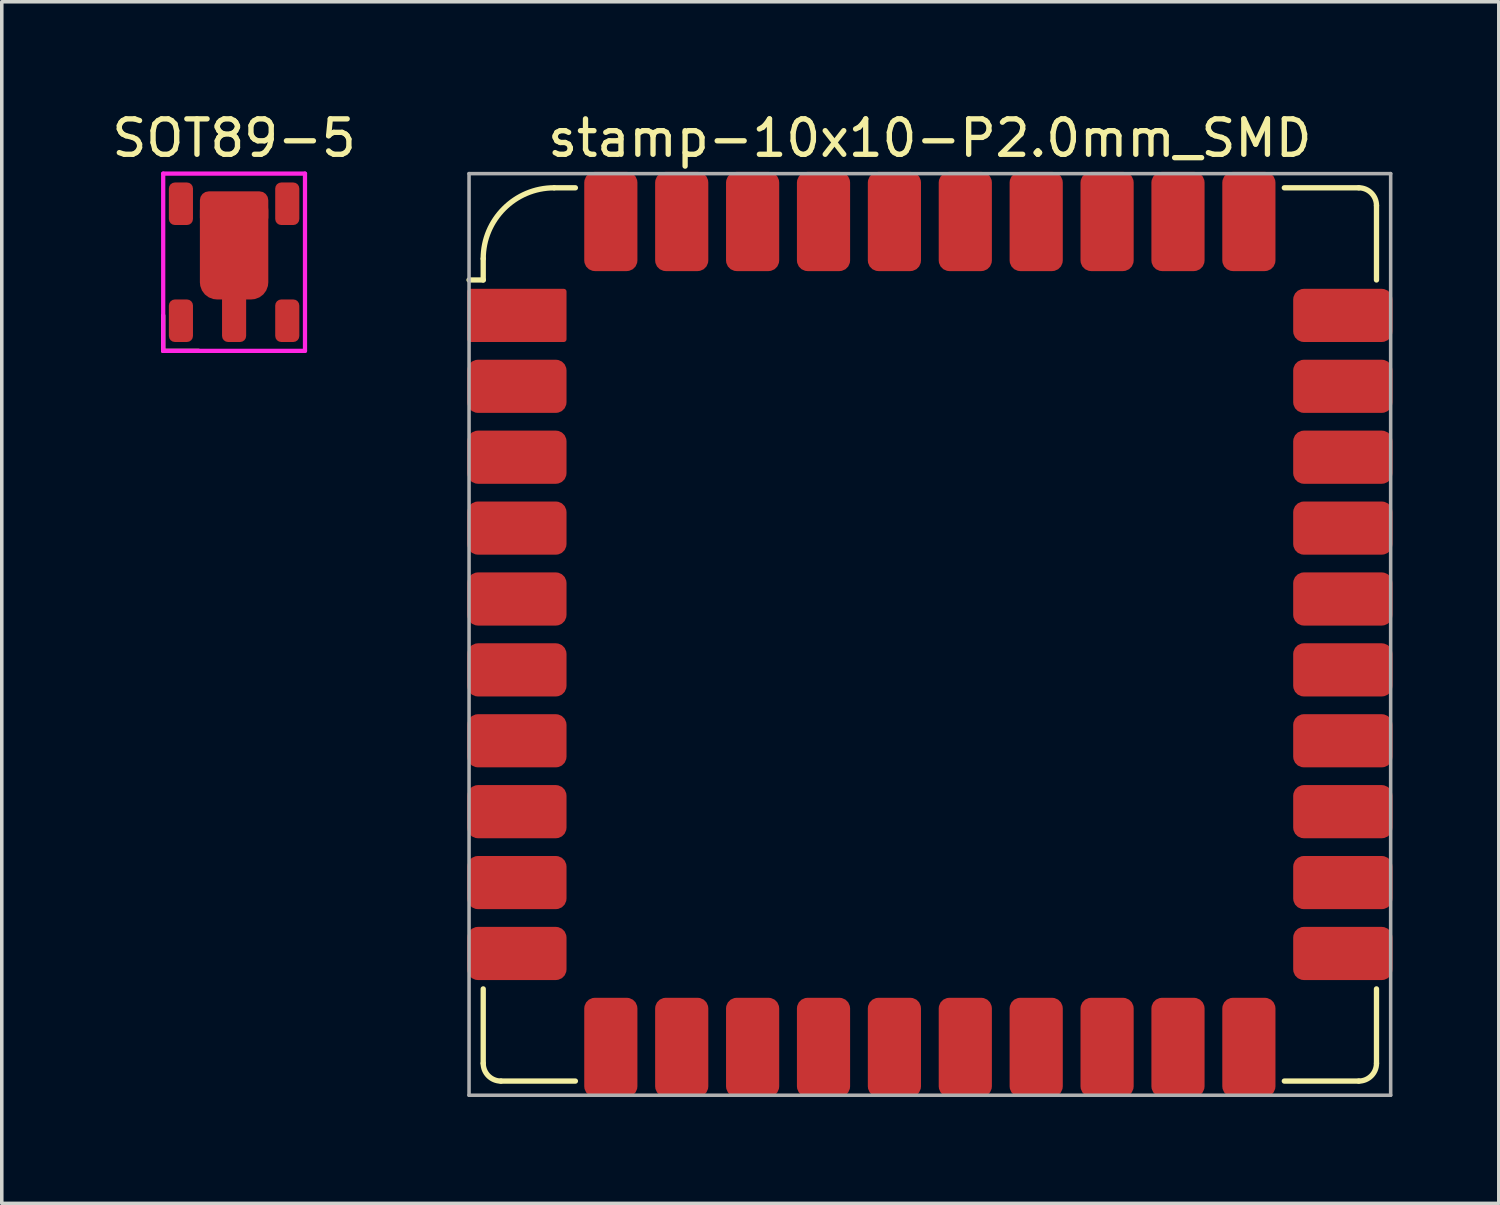
<source format=kicad_pcb>
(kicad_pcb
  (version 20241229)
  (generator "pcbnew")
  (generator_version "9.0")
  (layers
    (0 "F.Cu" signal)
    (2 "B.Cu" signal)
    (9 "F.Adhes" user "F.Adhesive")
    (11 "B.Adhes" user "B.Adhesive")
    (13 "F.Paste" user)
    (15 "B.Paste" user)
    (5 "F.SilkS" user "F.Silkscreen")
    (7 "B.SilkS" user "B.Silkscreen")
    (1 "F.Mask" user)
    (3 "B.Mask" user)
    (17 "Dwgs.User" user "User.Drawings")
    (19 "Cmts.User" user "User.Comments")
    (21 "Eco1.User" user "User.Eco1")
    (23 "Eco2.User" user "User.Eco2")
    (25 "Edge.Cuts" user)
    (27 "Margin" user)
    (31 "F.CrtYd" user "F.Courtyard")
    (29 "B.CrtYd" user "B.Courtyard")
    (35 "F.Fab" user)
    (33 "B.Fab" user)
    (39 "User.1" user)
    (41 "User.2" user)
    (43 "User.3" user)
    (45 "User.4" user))
  (footprint "SOT89-5"
    (layer "F.Cu")
    (at 3.554 4.348)
    (property "Reference" "SOT89-5" (at 0 -3.5 0) (layer "F.SilkS") (effects (font (size 1 1) (thickness 0.15))))
    (attr through_hole)
    (fp_line (start -2 2.5) (end -2 1.5) (stroke (width 0.12) (type solid)) (layer "F.SilkS"))
    (fp_line (start -1 2.5) (end -2 2.5) (stroke (width 0.12) (type solid)) (layer "F.SilkS"))
    (fp_line (start -2 -2.5) (end 2 -2.5) (stroke (width 0.12) (type solid)) (layer "F.CrtYd"))
    (fp_line (start -2 2.5) (end -2 -2.5) (stroke (width 0.12) (type solid)) (layer "F.CrtYd"))
    (fp_line (start 2 -2.5) (end 2 2.5) (stroke (width 0.12) (type solid)) (layer "F.CrtYd"))
    (fp_line (start 2 2.5) (end -2 2.5) (stroke (width 0.12) (type solid)) (layer "F.CrtYd"))
    (pad "1" smd roundrect (at -1.5 1.65) (size 0.68 1.2) (layers "F.Cu" "F.Mask" "F.Paste") (roundrect_rratio 0.25))
    (pad "2" smd roundrect (at 0 -1.5) (size 1.93 1) (layers "F.Cu" "F.Mask" "F.Paste") (roundrect_rratio 0.25))
    (pad "2" smd roundrect (at 0 -0.45) (size 1.93 3) (layers "F.Cu" "F.Mask" "F.Paste") (roundrect_rratio 0.25))
    (pad "2" smd roundrect (at 0 1.45) (size 0.68 1.6) (layers "F.Cu" "F.Mask" "F.Paste") (roundrect_rratio 0.25))
    (pad "3" smd roundrect (at 1.5 1.65) (size 0.68 1.2) (layers "F.Cu" "F.Mask" "F.Paste") (roundrect_rratio 0.25))
    (pad "4" smd roundrect (at 1.5 -1.65) (size 0.68 1.2) (layers "F.Cu" "F.Mask" "F.Paste") (roundrect_rratio 0.25))
    (pad "5" smd roundrect (at -1.5 -1.65) (size 0.68 1.2) (layers "F.Cu" "F.Mask" "F.Paste") (roundrect_rratio 0.25)))
  (footprint "stamp-10x10-P2.0mm_SMD"
    (layer "F.Cu")
    (at 23.182 14.848)
    (property "Reference" "stamp-10x10-P2.0mm_SMD" (at 0 -14 0) (unlocked yes) (layer "F.SilkS") (effects (font (size 1 1) (thickness 0.15))))
    (attr through_hole)
    (fp_line (start -13 -10) (end -12.6 -10) (stroke (width 0.15) (type solid)) (layer "F.SilkS"))
    (fp_line (start -12.6 -10) (end -12.6 -10.6) (stroke (width 0.15) (type solid)) (layer "F.SilkS"))
    (fp_line (start -12.6 12.1) (end -12.6 10) (stroke (width 0.15) (type solid)) (layer "F.SilkS"))
    (fp_line (start -10.6 -12.6) (end -10 -12.6) (stroke (width 0.15) (type solid)) (layer "F.SilkS"))
    (fp_line (start -10 12.6) (end -12.1 12.6) (stroke (width 0.15) (type solid)) (layer "F.SilkS"))
    (fp_line (start 10 -12.6) (end 12.1 -12.6) (stroke (width 0.15) (type solid)) (layer "F.SilkS"))
    (fp_line (start 12.1 12.6) (end 10 12.6) (stroke (width 0.15) (type solid)) (layer "F.SilkS"))
    (fp_line (start 12.6 -12.1) (end 12.6 -10) (stroke (width 0.15) (type solid)) (layer "F.SilkS"))
    (fp_line (start 12.6 10) (end 12.6 12.1) (stroke (width 0.15) (type solid)) (layer "F.SilkS"))
    (fp_arc (start -12.6 -10.6) (mid -12.014214 -12.014214) (end -10.6 -12.6) (stroke (width 0.15) (type solid)) (layer "F.SilkS"))
    (fp_arc (start -12.1 12.6) (mid -12.453553 12.453553) (end -12.6 12.1) (stroke (width 0.15) (type solid)) (layer "F.SilkS"))
    (fp_arc (start 12.1 -12.6) (mid 12.453553 -12.453553) (end 12.6 -12.1) (stroke (width 0.15) (type solid)) (layer "F.SilkS"))
    (fp_arc (start 12.6 12.1) (mid 12.453553 12.453553) (end 12.1 12.6) (stroke (width 0.15) (type solid)) (layer "F.SilkS"))
    (fp_line (start -13 -13) (end 13 -13) (stroke (width 0.1) (type solid)) (layer "F.Fab"))
    (fp_line (start -13 13) (end -13 -13) (stroke (width 0.1) (type solid)) (layer "F.Fab"))
    (fp_line (start 13 -13) (end 13 13) (stroke (width 0.1) (type solid)) (layer "F.Fab"))
    (fp_line (start 13 13) (end -13 13) (stroke (width 0.1) (type solid)) (layer "F.Fab"))
    (pad "1" smd roundrect (at -11.65 -9) (size 2.8 1.5) (layers "F.Cu" "F.Mask" "F.Paste") (roundrect_rratio 0.05))
    (pad "2" smd roundrect (at -11.65 -7) (size 2.8 1.5) (layers "F.Cu" "F.Mask" "F.Paste") (roundrect_rratio 0.2))
    (pad "3" smd roundrect (at -11.65 -5) (size 2.8 1.5) (layers "F.Cu" "F.Mask" "F.Paste") (roundrect_rratio 0.2))
    (pad "4" smd roundrect (at -11.65 -3) (size 2.8 1.5) (layers "F.Cu" "F.Mask" "F.Paste") (roundrect_rratio 0.2))
    (pad "5" smd roundrect (at -11.65 -1) (size 2.8 1.5) (layers "F.Cu" "F.Mask" "F.Paste") (roundrect_rratio 0.2))
    (pad "6" smd roundrect (at -11.65 1) (size 2.8 1.5) (layers "F.Cu" "F.Mask" "F.Paste") (roundrect_rratio 0.2))
    (pad "7" smd roundrect (at -11.65 3) (size 2.8 1.5) (layers "F.Cu" "F.Mask" "F.Paste") (roundrect_rratio 0.2))
    (pad "8" smd roundrect (at -11.65 5) (size 2.8 1.5) (layers "F.Cu" "F.Mask" "F.Paste") (roundrect_rratio 0.2))
    (pad "9" smd roundrect (at -11.65 7) (size 2.8 1.5) (layers "F.Cu" "F.Mask" "F.Paste") (roundrect_rratio 0.2))
    (pad "10" smd roundrect (at -11.65 9) (size 2.8 1.5) (layers "F.Cu" "F.Mask" "F.Paste") (roundrect_rratio 0.2))
    (pad "11" smd roundrect (at -9 11.65 270) (size 2.8 1.5) (layers "F.Cu" "F.Mask" "F.Paste") (roundrect_rratio 0.2))
    (pad "12" smd roundrect (at -7 11.65 270) (size 2.8 1.5) (layers "F.Cu" "F.Mask" "F.Paste") (roundrect_rratio 0.2))
    (pad "13" smd roundrect (at -5 11.65 270) (size 2.8 1.5) (layers "F.Cu" "F.Mask" "F.Paste") (roundrect_rratio 0.2))
    (pad "14" smd roundrect (at -3 11.65 270) (size 2.8 1.5) (layers "F.Cu" "F.Mask" "F.Paste") (roundrect_rratio 0.2))
    (pad "15" smd roundrect (at -1 11.65 270) (size 2.8 1.5) (layers "F.Cu" "F.Mask" "F.Paste") (roundrect_rratio 0.2))
    (pad "16" smd roundrect (at 1 11.65 270) (size 2.8 1.5) (layers "F.Cu" "F.Mask" "F.Paste") (roundrect_rratio 0.2))
    (pad "17" smd roundrect (at 3 11.65 270) (size 2.8 1.5) (layers "F.Cu" "F.Mask" "F.Paste") (roundrect_rratio 0.2))
    (pad "18" smd roundrect (at 5 11.65 270) (size 2.8 1.5) (layers "F.Cu" "F.Mask" "F.Paste") (roundrect_rratio 0.2))
    (pad "19" smd roundrect (at 7 11.65 270) (size 2.8 1.5) (layers "F.Cu" "F.Mask" "F.Paste") (roundrect_rratio 0.2))
    (pad "20" smd roundrect (at 9 11.65 270) (size 2.8 1.5) (layers "F.Cu" "F.Mask" "F.Paste") (roundrect_rratio 0.2))
    (pad "21" smd roundrect (at 11.65 9) (size 2.8 1.5) (layers "F.Cu" "F.Mask" "F.Paste") (roundrect_rratio 0.2))
    (pad "22" smd roundrect (at 11.65 7) (size 2.8 1.5) (layers "F.Cu" "F.Mask" "F.Paste") (roundrect_rratio 0.2))
    (pad "23" smd roundrect (at 11.65 5) (size 2.8 1.5) (layers "F.Cu" "F.Mask" "F.Paste") (roundrect_rratio 0.2))
    (pad "24" smd roundrect (at 11.65 3) (size 2.8 1.5) (layers "F.Cu" "F.Mask" "F.Paste") (roundrect_rratio 0.2))
    (pad "25" smd roundrect (at 11.65 1) (size 2.8 1.5) (layers "F.Cu" "F.Mask" "F.Paste") (roundrect_rratio 0.2))
    (pad "26" smd roundrect (at 11.65 -1) (size 2.8 1.5) (layers "F.Cu" "F.Mask" "F.Paste") (roundrect_rratio 0.2))
    (pad "27" smd roundrect (at 11.65 -3) (size 2.8 1.5) (layers "F.Cu" "F.Mask" "F.Paste") (roundrect_rratio 0.2))
    (pad "28" smd roundrect (at 11.65 -5) (size 2.8 1.5) (layers "F.Cu" "F.Mask" "F.Paste") (roundrect_rratio 0.2))
    (pad "29" smd roundrect (at 11.65 -7) (size 2.8 1.5) (layers "F.Cu" "F.Mask" "F.Paste") (roundrect_rratio 0.2))
    (pad "30" smd roundrect (at 11.65 -9) (size 2.8 1.5) (layers "F.Cu" "F.Mask" "F.Paste") (roundrect_rratio 0.2))
    (pad "31" smd roundrect (at 9 -11.65 270) (size 2.8 1.5) (layers "F.Cu" "F.Mask" "F.Paste") (roundrect_rratio 0.2))
    (pad "32" smd roundrect (at 7 -11.65 270) (size 2.8 1.5) (layers "F.Cu" "F.Mask" "F.Paste") (roundrect_rratio 0.2))
    (pad "33" smd roundrect (at 5 -11.65 270) (size 2.8 1.5) (layers "F.Cu" "F.Mask" "F.Paste") (roundrect_rratio 0.2))
    (pad "34" smd roundrect (at 3 -11.65 270) (size 2.8 1.5) (layers "F.Cu" "F.Mask" "F.Paste") (roundrect_rratio 0.2))
    (pad "35" smd roundrect (at 1 -11.65 270) (size 2.8 1.5) (layers "F.Cu" "F.Mask" "F.Paste") (roundrect_rratio 0.2))
    (pad "36" smd roundrect (at -1 -11.65 270) (size 2.8 1.5) (layers "F.Cu" "F.Mask" "F.Paste") (roundrect_rratio 0.2))
    (pad "37" smd roundrect (at -3 -11.65 270) (size 2.8 1.5) (layers "F.Cu" "F.Mask" "F.Paste") (roundrect_rratio 0.2))
    (pad "38" smd roundrect (at -5 -11.65 270) (size 2.8 1.5) (layers "F.Cu" "F.Mask" "F.Paste") (roundrect_rratio 0.2))
    (pad "39" smd roundrect (at -7 -11.65 270) (size 2.8 1.5) (layers "F.Cu" "F.Mask" "F.Paste") (roundrect_rratio 0.2))
    (pad "40" smd roundrect (at -9 -11.65 270) (size 2.8 1.5) (layers "F.Cu" "F.Mask" "F.Paste") (roundrect_rratio 0.2)))
  (gr_rect
    (start -3 -3)
    (end 39.232 30.898)
    (stroke (width 0.1) (type default))
    (fill no)
    (layer "Edge.Cuts")))
</source>
